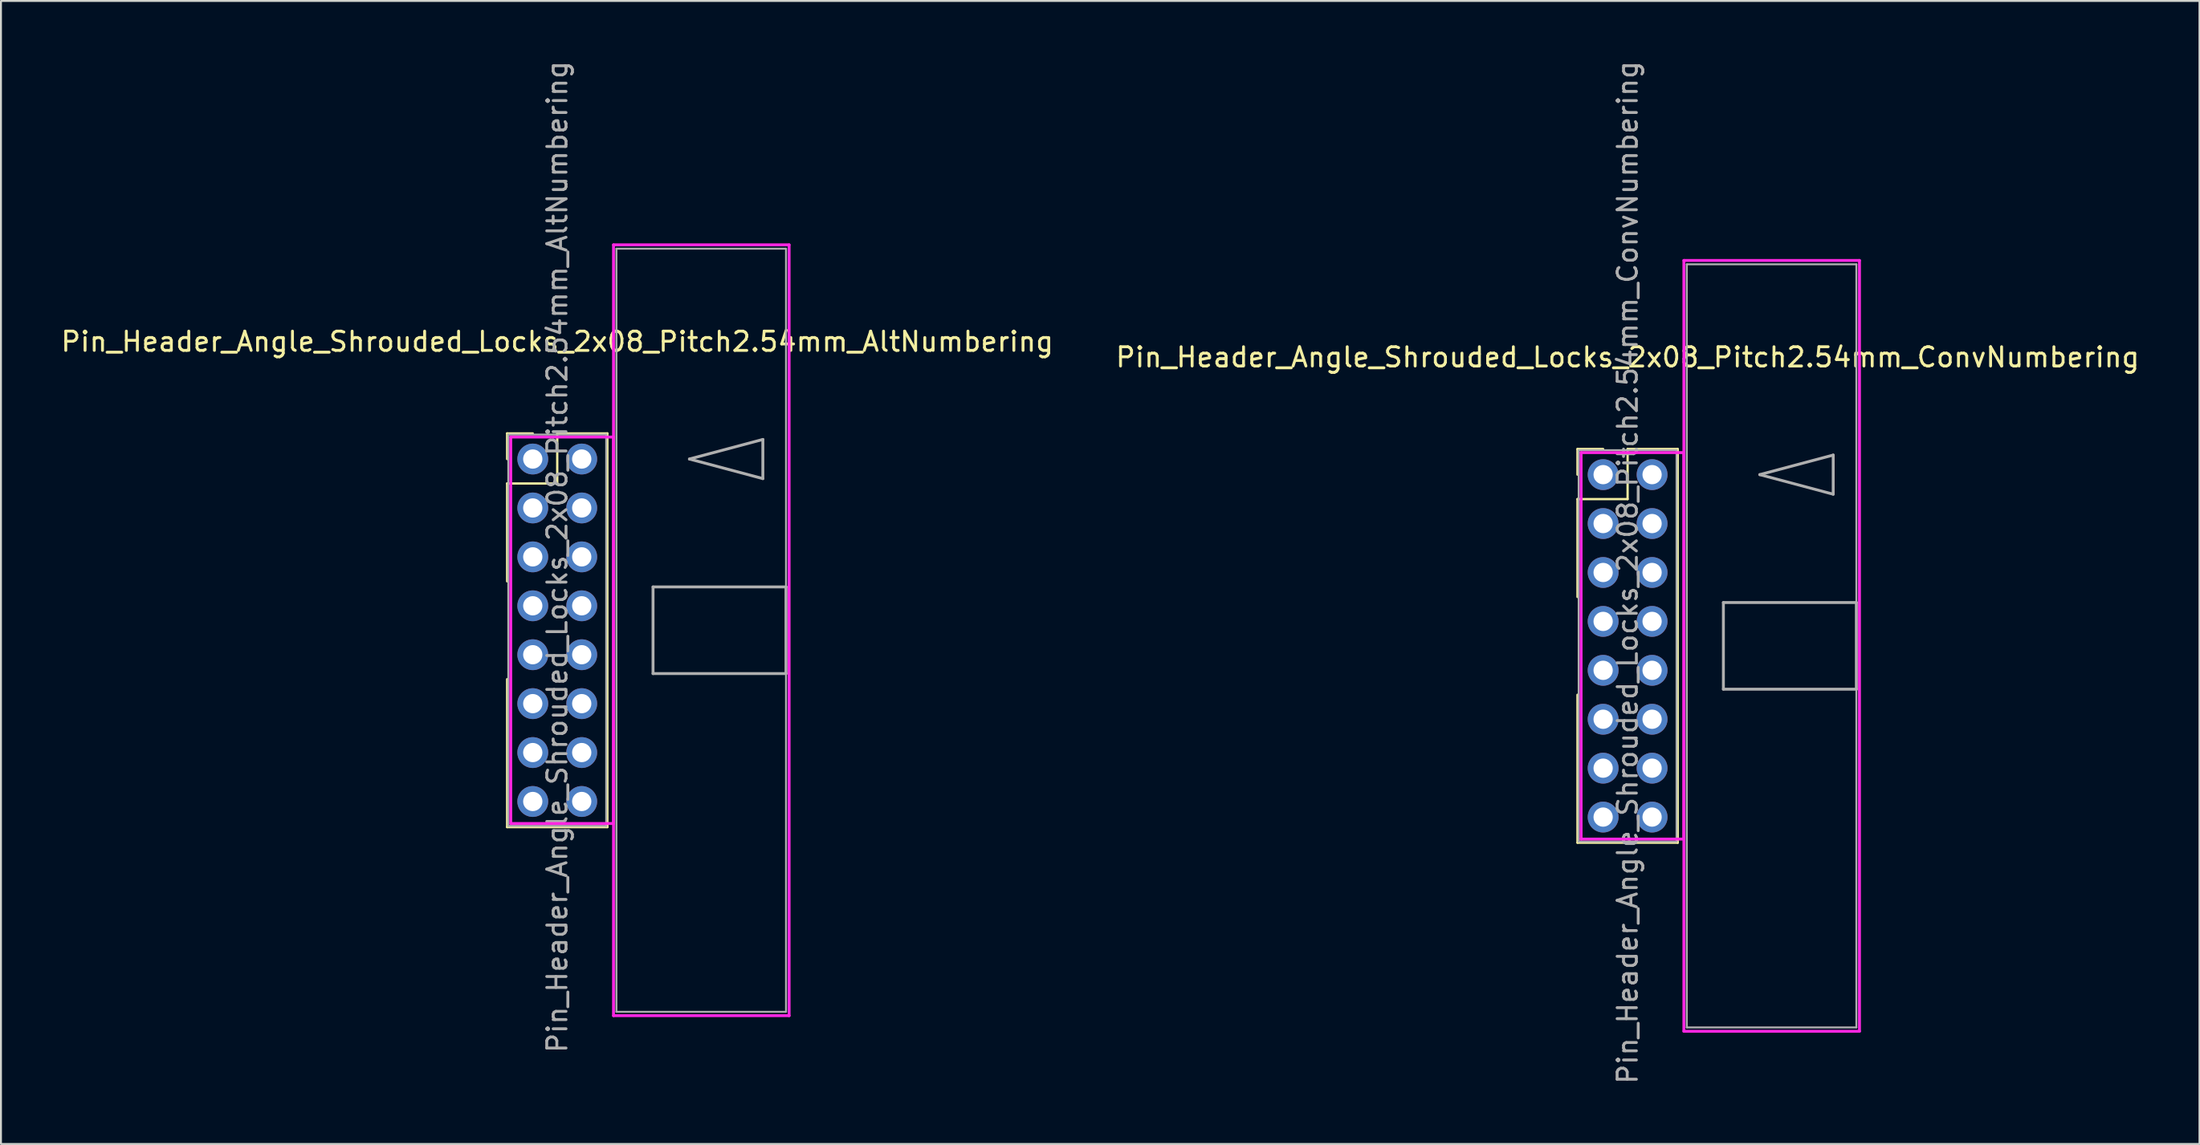
<source format=kicad_pcb>
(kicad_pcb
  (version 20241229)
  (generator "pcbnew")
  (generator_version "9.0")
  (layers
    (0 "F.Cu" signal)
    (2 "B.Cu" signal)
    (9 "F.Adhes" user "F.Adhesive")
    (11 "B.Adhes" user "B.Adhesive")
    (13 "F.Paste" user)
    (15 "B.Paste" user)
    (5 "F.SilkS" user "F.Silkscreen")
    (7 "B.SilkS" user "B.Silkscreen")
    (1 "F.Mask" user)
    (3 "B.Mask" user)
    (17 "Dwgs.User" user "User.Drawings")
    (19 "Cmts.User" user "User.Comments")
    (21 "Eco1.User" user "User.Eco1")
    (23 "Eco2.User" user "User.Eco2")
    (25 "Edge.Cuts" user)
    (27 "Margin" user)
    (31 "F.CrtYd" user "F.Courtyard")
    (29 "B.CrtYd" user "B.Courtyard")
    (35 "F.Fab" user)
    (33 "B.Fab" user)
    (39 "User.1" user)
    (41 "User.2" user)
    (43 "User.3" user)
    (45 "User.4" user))
  (footprint "Pin_Header_Angle_Shrouded_Locks_2x08_Pitch2.54mm_ConvNumbering"
    (layer "F.Cu")
    (at 80.129 21.593)
    (property "Reference" "Pin_Header_Angle_Shrouded_Locks_2x08_Pitch2.54mm_ConvNumbering" (at 1.27 -6.096 0) (layer "F.SilkS") (effects (font (size 1 1) (thickness 0.15))))
    (attr through_hole)
    (fp_line (start -1.33 -1.33) (end 0 -1.33) (stroke (width 0.12) (type solid)) (layer "F.SilkS"))
    (fp_line (start -1.33 0) (end -1.33 -1.33) (stroke (width 0.12) (type solid)) (layer "F.SilkS"))
    (fp_line (start -1.33 1.27) (end -1.33 6.35) (stroke (width 0.12) (type solid)) (layer "F.SilkS"))
    (fp_line (start -1.33 1.27) (end 1.27 1.27) (stroke (width 0.12) (type solid)) (layer "F.SilkS"))
    (fp_line (start -1.33 11.43) (end -1.33 19.11) (stroke (width 0.12) (type solid)) (layer "F.SilkS"))
    (fp_line (start -1.33 19.11) (end 3.87 19.11) (stroke (width 0.12) (type solid)) (layer "F.SilkS"))
    (fp_line (start 1.27 -1.33) (end 3.87 -1.33) (stroke (width 0.12) (type solid)) (layer "F.SilkS"))
    (fp_line (start 1.27 1.27) (end 1.27 -1.33) (stroke (width 0.12) (type solid)) (layer "F.SilkS"))
    (fp_line (start 3.87 -1.33) (end 3.87 19.11) (stroke (width 0.12) (type solid)) (layer "F.SilkS"))
    (fp_line (start -1.143 -1.143) (end -1.143 18.923) (stroke (width 0.15) (type solid)) (layer "F.CrtYd"))
    (fp_line (start -1.143 18.923) (end 4.19 18.923) (stroke (width 0.15) (type solid)) (layer "F.CrtYd"))
    (fp_line (start 4.19 -11.12) (end 4.19 28.9) (stroke (width 0.15) (type solid)) (layer "F.CrtYd"))
    (fp_line (start 4.19 -1.143) (end -1.143 -1.143) (stroke (width 0.15) (type solid)) (layer "F.CrtYd"))
    (fp_line (start 4.19 18.923) (end 4.19 -1.143) (stroke (width 0.15) (type solid)) (layer "F.CrtYd"))
    (fp_line (start 4.19 28.9) (end 13.3 28.9) (stroke (width 0.15) (type solid)) (layer "F.CrtYd"))
    (fp_line (start 13.3 -11.12) (end 4.19 -11.12) (stroke (width 0.15) (type solid)) (layer "F.CrtYd"))
    (fp_line (start 13.3 28.9) (end 13.3 -11.12) (stroke (width 0.15) (type solid)) (layer "F.CrtYd"))
    (fp_line (start -1.27 -1.27) (end -1.27 19.05) (stroke (width 0.1) (type solid)) (layer "F.Fab"))
    (fp_line (start -1.27 19.05) (end 3.81 19.05) (stroke (width 0.1) (type solid)) (layer "F.Fab"))
    (fp_line (start 3.81 -1.27) (end -1.27 -1.27) (stroke (width 0.1) (type solid)) (layer "F.Fab"))
    (fp_line (start 3.81 19.05) (end 3.81 -1.27) (stroke (width 0.1) (type solid)) (layer "F.Fab"))
    (fp_line (start 4.34 -10.92) (end 4.34 28.7) (stroke (width 0.1) (type solid)) (layer "F.Fab"))
    (fp_line (start 4.34 28.7) (end 13.14 28.7) (stroke (width 0.1) (type solid)) (layer "F.Fab"))
    (fp_line (start 6.24 6.64) (end 6.24 11.14) (stroke (width 0.15) (type solid)) (layer "F.Fab"))
    (fp_line (start 6.24 11.14) (end 13.14 11.14) (stroke (width 0.15) (type solid)) (layer "F.Fab"))
    (fp_line (start 8.128 0) (end 11.938 -1.016) (stroke (width 0.15) (type solid)) (layer "F.Fab"))
    (fp_line (start 11.938 -1.016) (end 11.938 1.016) (stroke (width 0.15) (type solid)) (layer "F.Fab"))
    (fp_line (start 11.938 1.016) (end 8.128 0) (stroke (width 0.15) (type solid)) (layer "F.Fab"))
    (fp_line (start 13.14 -10.92) (end 4.34 -10.92) (stroke (width 0.1) (type solid)) (layer "F.Fab"))
    (fp_line (start 13.14 6.64) (end 6.24 6.64) (stroke (width 0.15) (type solid)) (layer "F.Fab"))
    (fp_line (start 13.14 11.14) (end 13.14 6.64) (stroke (width 0.15) (type solid)) (layer "F.Fab"))
    (fp_line (start 13.14 28.7) (end 13.14 -10.92) (stroke (width 0.1) (type solid)) (layer "F.Fab"))
    (fp_text user "${REFERENCE}" (at 1.27 5.08 90) (layer "F.Fab") (effects (font (size 1 1) (thickness 0.15))))
    (pad "1" thru_hole oval (at 0 0) (size 1.6 1.6) (drill 1) (layers "*.Cu" "*.Mask"))
    (pad "2" thru_hole oval (at 2.54 0) (size 1.6 1.6) (drill 1) (layers "*.Cu" "*.Mask"))
    (pad "3" thru_hole oval (at 0 2.54) (size 1.6 1.6) (drill 1) (layers "*.Cu" "*.Mask"))
    (pad "4" thru_hole oval (at 2.54 2.54) (size 1.6 1.6) (drill 1) (layers "*.Cu" "*.Mask"))
    (pad "5" thru_hole oval (at 0 5.08) (size 1.6 1.6) (drill 1) (layers "*.Cu" "*.Mask"))
    (pad "6" thru_hole oval (at 2.54 5.08) (size 1.6 1.6) (drill 1) (layers "*.Cu" "*.Mask"))
    (pad "7" thru_hole oval (at 0 7.62) (size 1.6 1.6) (drill 1) (layers "*.Cu" "*.Mask"))
    (pad "8" thru_hole oval (at 2.54 7.62) (size 1.6 1.6) (drill 1) (layers "*.Cu" "*.Mask"))
    (pad "9" thru_hole oval (at 0 10.16) (size 1.6 1.6) (drill 1) (layers "*.Cu" "*.Mask"))
    (pad "10" thru_hole oval (at 2.54 10.16) (size 1.6 1.6) (drill 1) (layers "*.Cu" "*.Mask"))
    (pad "11" thru_hole oval (at 0 12.7) (size 1.6 1.6) (drill 1) (layers "*.Cu" "*.Mask"))
    (pad "12" thru_hole oval (at 2.54 12.7) (size 1.6 1.6) (drill 1) (layers "*.Cu" "*.Mask"))
    (pad "13" thru_hole oval (at 0 15.24) (size 1.6 1.6) (drill 1) (layers "*.Cu" "*.Mask"))
    (pad "14" thru_hole oval (at 2.54 15.24) (size 1.6 1.6) (drill 1) (layers "*.Cu" "*.Mask"))
    (pad "15" thru_hole oval (at 0 17.78) (size 1.6 1.6) (drill 1) (layers "*.Cu" "*.Mask"))
    (pad "16" thru_hole oval (at 2.54 17.78) (size 1.6 1.6) (drill 1) (layers "*.Cu" "*.Mask")))
  (footprint "Pin_Header_Angle_Shrouded_Locks_2x08_Pitch2.54mm_AltNumbering"
    (layer "F.Cu")
    (at 24.593 20.783)
    (property "Reference" "Pin_Header_Angle_Shrouded_Locks_2x08_Pitch2.54mm_AltNumbering" (at 1.27 -6.096 0) (layer "F.SilkS") (effects (font (size 1 1) (thickness 0.15))))
    (attr through_hole)
    (fp_line (start -1.33 -1.33) (end 0 -1.33) (stroke (width 0.12) (type solid)) (layer "F.SilkS"))
    (fp_line (start -1.33 0) (end -1.33 -1.33) (stroke (width 0.12) (type solid)) (layer "F.SilkS"))
    (fp_line (start -1.33 1.27) (end -1.33 6.35) (stroke (width 0.12) (type solid)) (layer "F.SilkS"))
    (fp_line (start -1.33 1.27) (end 1.27 1.27) (stroke (width 0.12) (type solid)) (layer "F.SilkS"))
    (fp_line (start -1.33 11.43) (end -1.33 19.11) (stroke (width 0.12) (type solid)) (layer "F.SilkS"))
    (fp_line (start -1.33 19.11) (end 3.87 19.11) (stroke (width 0.12) (type solid)) (layer "F.SilkS"))
    (fp_line (start 1.27 -1.33) (end 3.87 -1.33) (stroke (width 0.12) (type solid)) (layer "F.SilkS"))
    (fp_line (start 1.27 1.27) (end 1.27 -1.33) (stroke (width 0.12) (type solid)) (layer "F.SilkS"))
    (fp_line (start 3.87 -1.33) (end 3.87 19.11) (stroke (width 0.12) (type solid)) (layer "F.SilkS"))
    (fp_line (start -1.143 -1.143) (end -1.143 18.923) (stroke (width 0.15) (type solid)) (layer "F.CrtYd"))
    (fp_line (start -1.143 18.923) (end 4.19 18.923) (stroke (width 0.15) (type solid)) (layer "F.CrtYd"))
    (fp_line (start 4.19 -11.12) (end 4.19 28.9) (stroke (width 0.15) (type solid)) (layer "F.CrtYd"))
    (fp_line (start 4.19 -1.143) (end -1.143 -1.143) (stroke (width 0.15) (type solid)) (layer "F.CrtYd"))
    (fp_line (start 4.19 18.923) (end 4.19 -1.143) (stroke (width 0.15) (type solid)) (layer "F.CrtYd"))
    (fp_line (start 4.19 28.9) (end 13.3 28.9) (stroke (width 0.15) (type solid)) (layer "F.CrtYd"))
    (fp_line (start 13.3 -11.12) (end 4.19 -11.12) (stroke (width 0.15) (type solid)) (layer "F.CrtYd"))
    (fp_line (start 13.3 28.9) (end 13.3 -11.12) (stroke (width 0.15) (type solid)) (layer "F.CrtYd"))
    (fp_line (start -1.27 -1.27) (end -1.27 19.05) (stroke (width 0.1) (type solid)) (layer "F.Fab"))
    (fp_line (start -1.27 19.05) (end 3.81 19.05) (stroke (width 0.1) (type solid)) (layer "F.Fab"))
    (fp_line (start 3.81 -1.27) (end -1.27 -1.27) (stroke (width 0.1) (type solid)) (layer "F.Fab"))
    (fp_line (start 3.81 19.05) (end 3.81 -1.27) (stroke (width 0.1) (type solid)) (layer "F.Fab"))
    (fp_line (start 4.34 -10.92) (end 4.34 28.7) (stroke (width 0.1) (type solid)) (layer "F.Fab"))
    (fp_line (start 4.34 28.7) (end 13.14 28.7) (stroke (width 0.1) (type solid)) (layer "F.Fab"))
    (fp_line (start 6.24 6.64) (end 6.24 11.14) (stroke (width 0.15) (type solid)) (layer "F.Fab"))
    (fp_line (start 6.24 11.14) (end 13.14 11.14) (stroke (width 0.15) (type solid)) (layer "F.Fab"))
    (fp_line (start 8.128 0) (end 11.938 -1.016) (stroke (width 0.15) (type solid)) (layer "F.Fab"))
    (fp_line (start 11.938 -1.016) (end 11.938 1.016) (stroke (width 0.15) (type solid)) (layer "F.Fab"))
    (fp_line (start 11.938 1.016) (end 8.128 0) (stroke (width 0.15) (type solid)) (layer "F.Fab"))
    (fp_line (start 13.14 -10.92) (end 4.34 -10.92) (stroke (width 0.1) (type solid)) (layer "F.Fab"))
    (fp_line (start 13.14 6.64) (end 6.24 6.64) (stroke (width 0.15) (type solid)) (layer "F.Fab"))
    (fp_line (start 13.14 11.14) (end 13.14 6.64) (stroke (width 0.15) (type solid)) (layer "F.Fab"))
    (fp_line (start 13.14 28.7) (end 13.14 -10.92) (stroke (width 0.1) (type solid)) (layer "F.Fab"))
    (fp_text user "${REFERENCE}" (at 1.27 5.08 90) (layer "F.Fab") (effects (font (size 1 1) (thickness 0.15))))
    (pad "1" thru_hole oval (at 0 0) (size 1.6 1.6) (drill 1) (layers "*.Cu" "*.Mask"))
    (pad "2" thru_hole oval (at 0 2.54) (size 1.6 1.6) (drill 1) (layers "*.Cu" "*.Mask"))
    (pad "3" thru_hole oval (at 0 5.08) (size 1.6 1.6) (drill 1) (layers "*.Cu" "*.Mask"))
    (pad "4" thru_hole oval (at 0 7.62) (size 1.6 1.6) (drill 1) (layers "*.Cu" "*.Mask"))
    (pad "5" thru_hole oval (at 0 10.16) (size 1.6 1.6) (drill 1) (layers "*.Cu" "*.Mask"))
    (pad "6" thru_hole oval (at 0 12.7) (size 1.6 1.6) (drill 1) (layers "*.Cu" "*.Mask"))
    (pad "7" thru_hole oval (at 0 15.24) (size 1.6 1.6) (drill 1) (layers "*.Cu" "*.Mask"))
    (pad "8" thru_hole oval (at 0 17.78) (size 1.6 1.6) (drill 1) (layers "*.Cu" "*.Mask"))
    (pad "9" thru_hole oval (at 2.54 0) (size 1.6 1.6) (drill 1) (layers "*.Cu" "*.Mask"))
    (pad "10" thru_hole oval (at 2.54 2.54) (size 1.6 1.6) (drill 1) (layers "*.Cu" "*.Mask"))
    (pad "11" thru_hole oval (at 2.54 5.08) (size 1.6 1.6) (drill 1) (layers "*.Cu" "*.Mask"))
    (pad "12" thru_hole oval (at 2.54 7.62) (size 1.6 1.6) (drill 1) (layers "*.Cu" "*.Mask"))
    (pad "13" thru_hole oval (at 2.54 10.16) (size 1.6 1.6) (drill 1) (layers "*.Cu" "*.Mask"))
    (pad "14" thru_hole oval (at 2.54 12.7) (size 1.6 1.6) (drill 1) (layers "*.Cu" "*.Mask"))
    (pad "15" thru_hole oval (at 2.54 15.24) (size 1.6 1.6) (drill 1) (layers "*.Cu" "*.Mask"))
    (pad "16" thru_hole oval (at 2.54 17.78) (size 1.6 1.6) (drill 1) (layers "*.Cu" "*.Mask")))
  (gr_rect
    (start -3 -3)
    (end 111.071 56.345)
    (stroke (width 0.1) (type default))
    (fill no)
    (layer "Edge.Cuts")))
</source>
